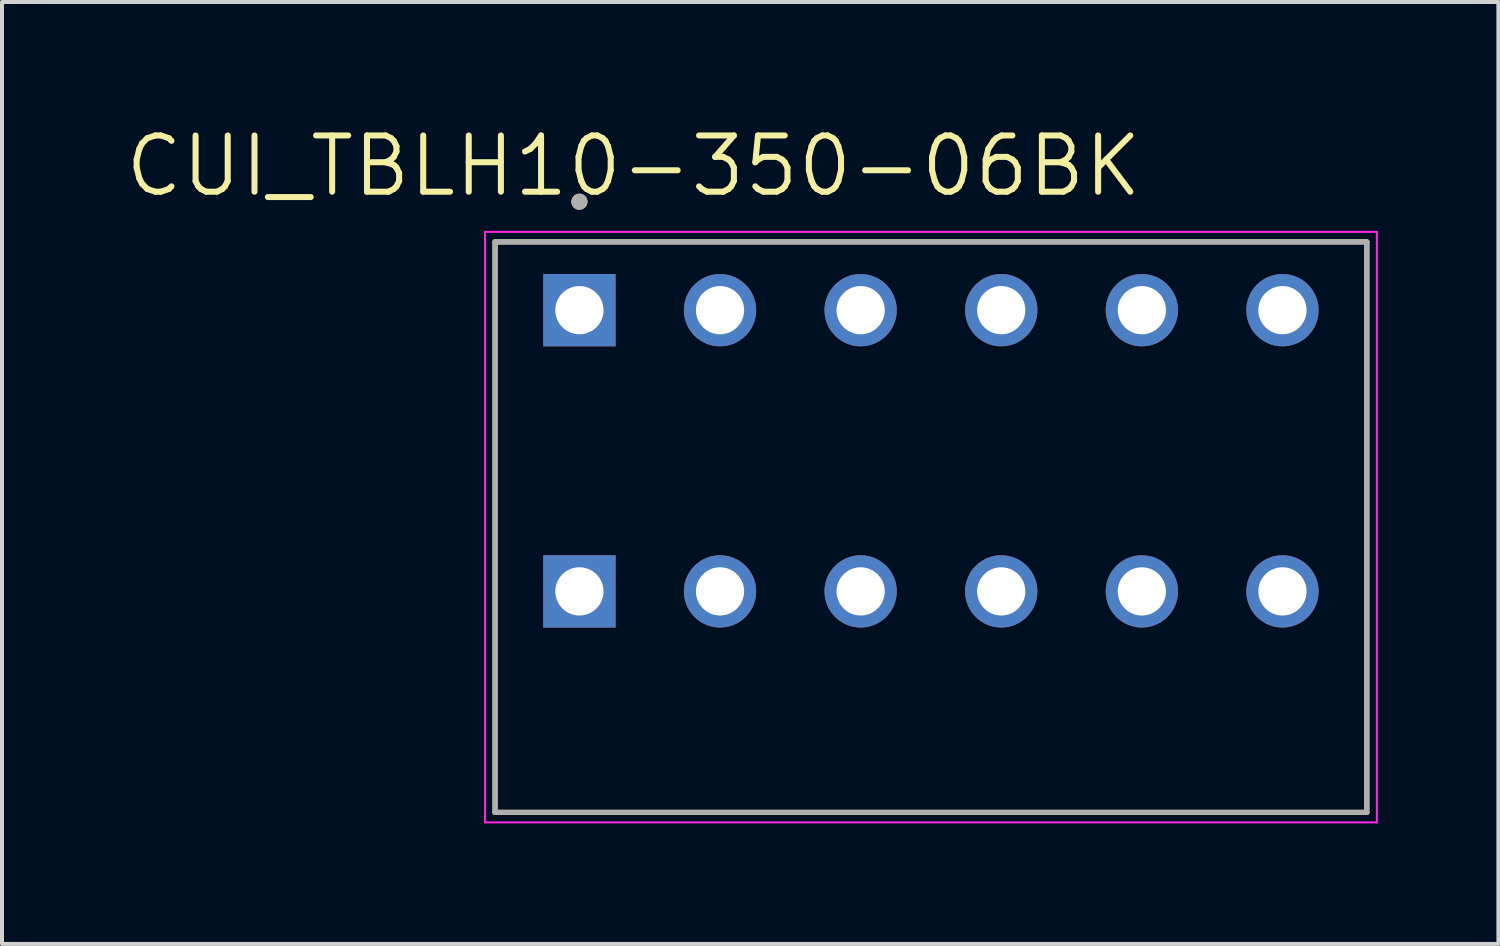
<source format=kicad_pcb>
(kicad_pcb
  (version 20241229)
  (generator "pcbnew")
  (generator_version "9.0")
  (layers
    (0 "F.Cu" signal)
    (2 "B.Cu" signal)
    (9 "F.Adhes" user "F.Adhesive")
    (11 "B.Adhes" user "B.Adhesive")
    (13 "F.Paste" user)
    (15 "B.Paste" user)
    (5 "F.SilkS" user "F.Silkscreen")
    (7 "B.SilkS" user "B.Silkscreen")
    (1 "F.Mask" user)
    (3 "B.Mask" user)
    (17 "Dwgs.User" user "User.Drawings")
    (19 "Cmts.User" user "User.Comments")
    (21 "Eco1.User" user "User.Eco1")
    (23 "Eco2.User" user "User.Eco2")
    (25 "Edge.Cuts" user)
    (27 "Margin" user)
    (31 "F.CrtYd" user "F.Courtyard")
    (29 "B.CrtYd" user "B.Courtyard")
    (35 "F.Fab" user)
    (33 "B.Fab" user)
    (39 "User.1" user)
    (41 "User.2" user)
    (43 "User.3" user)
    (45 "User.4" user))
  (footprint "CUI_TBLH10-350-06BK"
    (layer "F.Cu")
    (at 11.373 4.671)
    (property "Reference" "CUI_TBLH10-350-06BK" (at 1.345 -3.589 0) (layer "F.SilkS") (effects (font (size 1.4 1.4) (thickness 0.15))))
    (attr through_hole)
    (fp_line (start -2.1 -1.7) (end 19.6 -1.7) (stroke (width 0.127) (type solid)) (layer "F.SilkS"))
    (fp_line (start -2.1 12.5) (end -2.1 -1.7) (stroke (width 0.127) (type solid)) (layer "F.SilkS"))
    (fp_line (start 19.6 -1.7) (end 19.6 12.5) (stroke (width 0.127) (type solid)) (layer "F.SilkS"))
    (fp_line (start 19.6 12.5) (end -2.1 12.5) (stroke (width 0.127) (type solid)) (layer "F.SilkS"))
    (fp_circle (center 0 -2.7) (end 0.1 -2.7) (stroke (width 0.2) (type solid)) (fill no) (layer "F.SilkS"))
    (fp_line (start -2.35 -1.95) (end 19.85 -1.95) (stroke (width 0.05) (type solid)) (layer "F.CrtYd"))
    (fp_line (start -2.35 12.75) (end -2.35 -1.95) (stroke (width 0.05) (type solid)) (layer "F.CrtYd"))
    (fp_line (start 19.85 -1.95) (end 19.85 12.75) (stroke (width 0.05) (type solid)) (layer "F.CrtYd"))
    (fp_line (start 19.85 12.75) (end -2.35 12.75) (stroke (width 0.05) (type solid)) (layer "F.CrtYd"))
    (fp_line (start -2.1 -1.7) (end 19.6 -1.7) (stroke (width 0.127) (type solid)) (layer "F.Fab"))
    (fp_line (start -2.1 12.5) (end -2.1 -1.7) (stroke (width 0.127) (type solid)) (layer "F.Fab"))
    (fp_line (start 19.6 -1.7) (end 19.6 12.5) (stroke (width 0.127) (type solid)) (layer "F.Fab"))
    (fp_line (start 19.6 12.5) (end -2.1 12.5) (stroke (width 0.127) (type solid)) (layer "F.Fab"))
    (fp_circle (center 0 -2.7) (end 0.1 -2.7) (stroke (width 0.2) (type solid)) (fill no) (layer "F.Fab"))
    (pad "1_A" thru_hole rect (at 0 0) (size 1.8 1.8) (drill 1.2) (layers "*.Cu" "*.Mask"))
    (pad "1_B" thru_hole rect (at 0 7) (size 1.8 1.8) (drill 1.2) (layers "*.Cu" "*.Mask"))
    (pad "2_A" thru_hole circle (at 3.5 0) (size 1.8 1.8) (drill 1.2) (layers "*.Cu" "*.Mask"))
    (pad "2_B" thru_hole circle (at 3.5 7) (size 1.8 1.8) (drill 1.2) (layers "*.Cu" "*.Mask"))
    (pad "3_A" thru_hole circle (at 7 0) (size 1.8 1.8) (drill 1.2) (layers "*.Cu" "*.Mask"))
    (pad "3_B" thru_hole circle (at 7 7) (size 1.8 1.8) (drill 1.2) (layers "*.Cu" "*.Mask"))
    (pad "4_A" thru_hole circle (at 10.5 0) (size 1.8 1.8) (drill 1.2) (layers "*.Cu" "*.Mask"))
    (pad "4_B" thru_hole circle (at 10.5 7) (size 1.8 1.8) (drill 1.2) (layers "*.Cu" "*.Mask"))
    (pad "5_A" thru_hole circle (at 14 0) (size 1.8 1.8) (drill 1.2) (layers "*.Cu" "*.Mask"))
    (pad "5_B" thru_hole circle (at 14 7) (size 1.8 1.8) (drill 1.2) (layers "*.Cu" "*.Mask"))
    (pad "6_A" thru_hole circle (at 17.5 0) (size 1.8 1.8) (drill 1.2) (layers "*.Cu" "*.Mask"))
    (pad "6_B" thru_hole circle (at 17.5 7) (size 1.8 1.8) (drill 1.2) (layers "*.Cu" "*.Mask")))
  (gr_rect
    (start -3 -3)
    (end 34.248 20.446)
    (stroke (width 0.1) (type default))
    (fill no)
    (layer "Edge.Cuts")))
</source>
